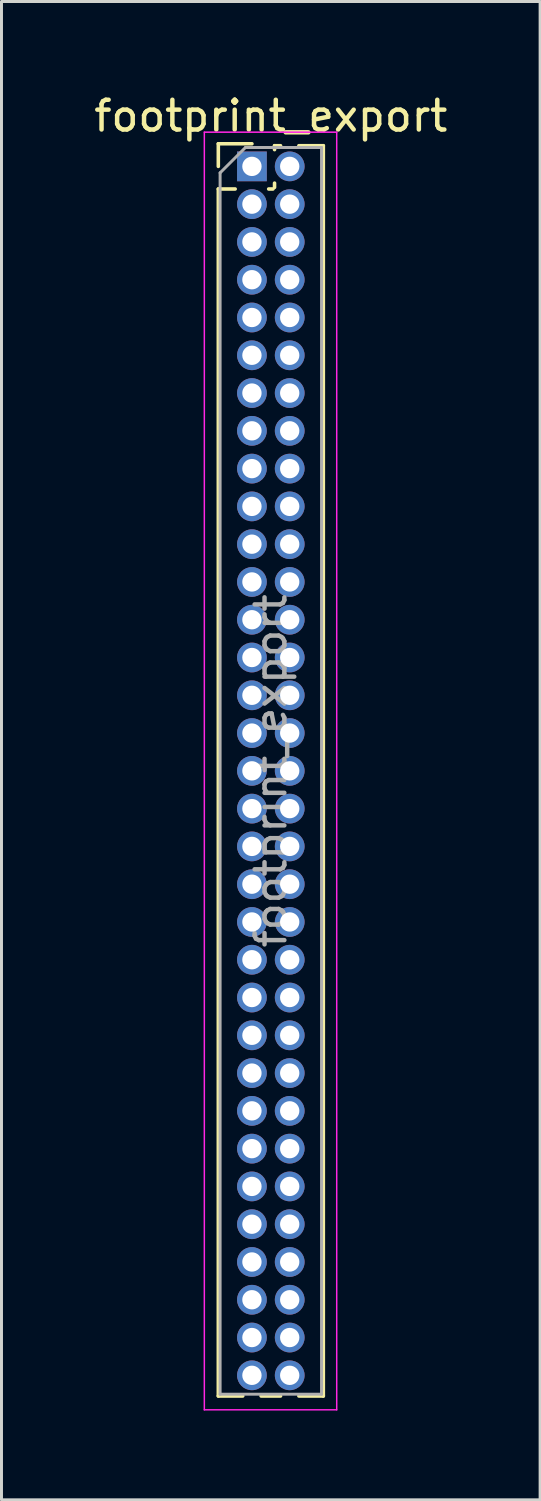
<source format=kicad_pcb>
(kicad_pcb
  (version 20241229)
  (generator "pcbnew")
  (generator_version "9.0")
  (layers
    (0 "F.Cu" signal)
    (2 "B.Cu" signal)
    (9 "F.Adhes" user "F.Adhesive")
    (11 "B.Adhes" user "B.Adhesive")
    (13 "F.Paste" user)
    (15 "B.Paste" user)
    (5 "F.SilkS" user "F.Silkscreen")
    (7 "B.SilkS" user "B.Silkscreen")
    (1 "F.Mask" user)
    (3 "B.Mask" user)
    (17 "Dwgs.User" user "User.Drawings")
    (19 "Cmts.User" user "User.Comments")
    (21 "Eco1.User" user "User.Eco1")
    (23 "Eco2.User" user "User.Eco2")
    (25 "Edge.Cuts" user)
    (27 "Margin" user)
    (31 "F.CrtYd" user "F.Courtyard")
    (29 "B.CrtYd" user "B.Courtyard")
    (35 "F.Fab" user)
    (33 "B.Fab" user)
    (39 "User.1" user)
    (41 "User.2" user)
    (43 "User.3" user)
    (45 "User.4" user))
  (footprint "footprint_export"
    (layer "F.Cu")
    (at 5.419 2.543)
    (property "Reference" "footprint_export" (at 0.635 -1.695 0) (layer "F.SilkS") (effects (font (size 1 1) (thickness 0.15))))
    (attr through_hole)
    (fp_line (start -1.13 -0.76) (end 0 -0.76) (stroke (width 0.12) (type solid)) (layer "F.SilkS"))
    (fp_line (start -1.13 0) (end -1.13 -0.76) (stroke (width 0.12) (type solid)) (layer "F.SilkS"))
    (fp_line (start -1.13 0.76) (end -1.13 41.335) (stroke (width 0.12) (type solid)) (layer "F.SilkS"))
    (fp_line (start -1.13 0.76) (end -0.563 0.76) (stroke (width 0.12) (type solid)) (layer "F.SilkS"))
    (fp_line (start -1.13 41.335) (end -0.308 41.335) (stroke (width 0.12) (type solid)) (layer "F.SilkS"))
    (fp_line (start 0.308 41.335) (end 0.962 41.335) (stroke (width 0.12) (type solid)) (layer "F.SilkS"))
    (fp_line (start 0.563 0.76) (end 0.707 0.76) (stroke (width 0.12) (type solid)) (layer "F.SilkS"))
    (fp_line (start 0.76 -0.695) (end 0.962 -0.695) (stroke (width 0.12) (type solid)) (layer "F.SilkS"))
    (fp_line (start 0.76 -0.563) (end 0.76 -0.695) (stroke (width 0.12) (type solid)) (layer "F.SilkS"))
    (fp_line (start 0.76 0.707) (end 0.76 0.563) (stroke (width 0.12) (type solid)) (layer "F.SilkS"))
    (fp_line (start 1.578 -0.695) (end 2.4 -0.695) (stroke (width 0.12) (type solid)) (layer "F.SilkS"))
    (fp_line (start 1.578 41.335) (end 2.4 41.335) (stroke (width 0.12) (type solid)) (layer "F.SilkS"))
    (fp_line (start 2.4 -0.695) (end 2.4 41.335) (stroke (width 0.12) (type solid)) (layer "F.SilkS"))
    (fp_line (start -1.6 -1.15) (end -1.6 41.8) (stroke (width 0.05) (type solid)) (layer "F.CrtYd"))
    (fp_line (start -1.6 41.8) (end 2.85 41.8) (stroke (width 0.05) (type solid)) (layer "F.CrtYd"))
    (fp_line (start 2.85 -1.15) (end -1.6 -1.15) (stroke (width 0.05) (type solid)) (layer "F.CrtYd"))
    (fp_line (start 2.85 41.8) (end 2.85 -1.15) (stroke (width 0.05) (type solid)) (layer "F.CrtYd"))
    (fp_line (start -1.07 0.217) (end -0.217 -0.635) (stroke (width 0.1) (type solid)) (layer "F.Fab"))
    (fp_line (start -1.07 41.275) (end -1.07 0.217) (stroke (width 0.1) (type solid)) (layer "F.Fab"))
    (fp_line (start -0.217 -0.635) (end 2.34 -0.635) (stroke (width 0.1) (type solid)) (layer "F.Fab"))
    (fp_line (start 2.34 -0.635) (end 2.34 41.275) (stroke (width 0.1) (type solid)) (layer "F.Fab"))
    (fp_line (start 2.34 41.275) (end -1.07 41.275) (stroke (width 0.1) (type solid)) (layer "F.Fab"))
    (fp_text user "${REFERENCE}" (at 0.635 20.32 90) (layer "F.Fab") (effects (font (size 1 1) (thickness 0.15))))
    (pad "1" thru_hole rect (at 0 0) (size 1 1) (drill 0.65) (layers "*.Cu" "*.Mask"))
    (pad "2" thru_hole oval (at 1.27 0) (size 1 1) (drill 0.65) (layers "*.Cu" "*.Mask"))
    (pad "3" thru_hole oval (at 0 1.27) (size 1 1) (drill 0.65) (layers "*.Cu" "*.Mask"))
    (pad "4" thru_hole oval (at 1.27 1.27) (size 1 1) (drill 0.65) (layers "*.Cu" "*.Mask"))
    (pad "5" thru_hole oval (at 0 2.54) (size 1 1) (drill 0.65) (layers "*.Cu" "*.Mask"))
    (pad "6" thru_hole oval (at 1.27 2.54) (size 1 1) (drill 0.65) (layers "*.Cu" "*.Mask"))
    (pad "7" thru_hole oval (at 0 3.81) (size 1 1) (drill 0.65) (layers "*.Cu" "*.Mask"))
    (pad "8" thru_hole oval (at 1.27 3.81) (size 1 1) (drill 0.65) (layers "*.Cu" "*.Mask"))
    (pad "9" thru_hole oval (at 0 5.08) (size 1 1) (drill 0.65) (layers "*.Cu" "*.Mask"))
    (pad "10" thru_hole oval (at 1.27 5.08) (size 1 1) (drill 0.65) (layers "*.Cu" "*.Mask"))
    (pad "11" thru_hole oval (at 0 6.35) (size 1 1) (drill 0.65) (layers "*.Cu" "*.Mask"))
    (pad "12" thru_hole oval (at 1.27 6.35) (size 1 1) (drill 0.65) (layers "*.Cu" "*.Mask"))
    (pad "13" thru_hole oval (at 0 7.62) (size 1 1) (drill 0.65) (layers "*.Cu" "*.Mask"))
    (pad "14" thru_hole oval (at 1.27 7.62) (size 1 1) (drill 0.65) (layers "*.Cu" "*.Mask"))
    (pad "15" thru_hole oval (at 0 8.89) (size 1 1) (drill 0.65) (layers "*.Cu" "*.Mask"))
    (pad "16" thru_hole oval (at 1.27 8.89) (size 1 1) (drill 0.65) (layers "*.Cu" "*.Mask"))
    (pad "17" thru_hole oval (at 0 10.16) (size 1 1) (drill 0.65) (layers "*.Cu" "*.Mask"))
    (pad "18" thru_hole oval (at 1.27 10.16) (size 1 1) (drill 0.65) (layers "*.Cu" "*.Mask"))
    (pad "19" thru_hole oval (at 0 11.43) (size 1 1) (drill 0.65) (layers "*.Cu" "*.Mask"))
    (pad "20" thru_hole oval (at 1.27 11.43) (size 1 1) (drill 0.65) (layers "*.Cu" "*.Mask"))
    (pad "21" thru_hole oval (at 0 12.7) (size 1 1) (drill 0.65) (layers "*.Cu" "*.Mask"))
    (pad "22" thru_hole oval (at 1.27 12.7) (size 1 1) (drill 0.65) (layers "*.Cu" "*.Mask"))
    (pad "23" thru_hole oval (at 0 13.97) (size 1 1) (drill 0.65) (layers "*.Cu" "*.Mask"))
    (pad "24" thru_hole oval (at 1.27 13.97) (size 1 1) (drill 0.65) (layers "*.Cu" "*.Mask"))
    (pad "25" thru_hole oval (at 0 15.24) (size 1 1) (drill 0.65) (layers "*.Cu" "*.Mask"))
    (pad "26" thru_hole oval (at 1.27 15.24) (size 1 1) (drill 0.65) (layers "*.Cu" "*.Mask"))
    (pad "27" thru_hole oval (at 0 16.51) (size 1 1) (drill 0.65) (layers "*.Cu" "*.Mask"))
    (pad "28" thru_hole oval (at 1.27 16.51) (size 1 1) (drill 0.65) (layers "*.Cu" "*.Mask"))
    (pad "29" thru_hole oval (at 0 17.78) (size 1 1) (drill 0.65) (layers "*.Cu" "*.Mask"))
    (pad "30" thru_hole oval (at 1.27 17.78) (size 1 1) (drill 0.65) (layers "*.Cu" "*.Mask"))
    (pad "31" thru_hole oval (at 0 19.05) (size 1 1) (drill 0.65) (layers "*.Cu" "*.Mask"))
    (pad "32" thru_hole oval (at 1.27 19.05) (size 1 1) (drill 0.65) (layers "*.Cu" "*.Mask"))
    (pad "33" thru_hole oval (at 0 20.32) (size 1 1) (drill 0.65) (layers "*.Cu" "*.Mask"))
    (pad "34" thru_hole oval (at 1.27 20.32) (size 1 1) (drill 0.65) (layers "*.Cu" "*.Mask"))
    (pad "35" thru_hole oval (at 0 21.59) (size 1 1) (drill 0.65) (layers "*.Cu" "*.Mask"))
    (pad "36" thru_hole oval (at 1.27 21.59) (size 1 1) (drill 0.65) (layers "*.Cu" "*.Mask"))
    (pad "37" thru_hole oval (at 0 22.86) (size 1 1) (drill 0.65) (layers "*.Cu" "*.Mask"))
    (pad "38" thru_hole oval (at 1.27 22.86) (size 1 1) (drill 0.65) (layers "*.Cu" "*.Mask"))
    (pad "39" thru_hole oval (at 0 24.13) (size 1 1) (drill 0.65) (layers "*.Cu" "*.Mask"))
    (pad "40" thru_hole oval (at 1.27 24.13) (size 1 1) (drill 0.65) (layers "*.Cu" "*.Mask"))
    (pad "41" thru_hole oval (at 0 25.4) (size 1 1) (drill 0.65) (layers "*.Cu" "*.Mask"))
    (pad "42" thru_hole oval (at 1.27 25.4) (size 1 1) (drill 0.65) (layers "*.Cu" "*.Mask"))
    (pad "43" thru_hole oval (at 0 26.67) (size 1 1) (drill 0.65) (layers "*.Cu" "*.Mask"))
    (pad "44" thru_hole oval (at 1.27 26.67) (size 1 1) (drill 0.65) (layers "*.Cu" "*.Mask"))
    (pad "45" thru_hole oval (at 0 27.94) (size 1 1) (drill 0.65) (layers "*.Cu" "*.Mask"))
    (pad "46" thru_hole oval (at 1.27 27.94) (size 1 1) (drill 0.65) (layers "*.Cu" "*.Mask"))
    (pad "47" thru_hole oval (at 0 29.21) (size 1 1) (drill 0.65) (layers "*.Cu" "*.Mask"))
    (pad "48" thru_hole oval (at 1.27 29.21) (size 1 1) (drill 0.65) (layers "*.Cu" "*.Mask"))
    (pad "49" thru_hole oval (at 0 30.48) (size 1 1) (drill 0.65) (layers "*.Cu" "*.Mask"))
    (pad "50" thru_hole oval (at 1.27 30.48) (size 1 1) (drill 0.65) (layers "*.Cu" "*.Mask"))
    (pad "51" thru_hole oval (at 0 31.75) (size 1 1) (drill 0.65) (layers "*.Cu" "*.Mask"))
    (pad "52" thru_hole oval (at 1.27 31.75) (size 1 1) (drill 0.65) (layers "*.Cu" "*.Mask"))
    (pad "53" thru_hole oval (at 0 33.02) (size 1 1) (drill 0.65) (layers "*.Cu" "*.Mask"))
    (pad "54" thru_hole oval (at 1.27 33.02) (size 1 1) (drill 0.65) (layers "*.Cu" "*.Mask"))
    (pad "55" thru_hole oval (at 0 34.29) (size 1 1) (drill 0.65) (layers "*.Cu" "*.Mask"))
    (pad "56" thru_hole oval (at 1.27 34.29) (size 1 1) (drill 0.65) (layers "*.Cu" "*.Mask"))
    (pad "57" thru_hole oval (at 0 35.56) (size 1 1) (drill 0.65) (layers "*.Cu" "*.Mask"))
    (pad "58" thru_hole oval (at 1.27 35.56) (size 1 1) (drill 0.65) (layers "*.Cu" "*.Mask"))
    (pad "59" thru_hole oval (at 0 36.83) (size 1 1) (drill 0.65) (layers "*.Cu" "*.Mask"))
    (pad "60" thru_hole oval (at 1.27 36.83) (size 1 1) (drill 0.65) (layers "*.Cu" "*.Mask"))
    (pad "61" thru_hole oval (at 0 38.1) (size 1 1) (drill 0.65) (layers "*.Cu" "*.Mask"))
    (pad "62" thru_hole oval (at 1.27 38.1) (size 1 1) (drill 0.65) (layers "*.Cu" "*.Mask"))
    (pad "63" thru_hole oval (at 0 39.37) (size 1 1) (drill 0.65) (layers "*.Cu" "*.Mask"))
    (pad "64" thru_hole oval (at 1.27 39.37) (size 1 1) (drill 0.65) (layers "*.Cu" "*.Mask"))
    (pad "65" thru_hole oval (at 0 40.64) (size 1 1) (drill 0.65) (layers "*.Cu" "*.Mask"))
    (pad "66" thru_hole oval (at 1.27 40.64) (size 1 1) (drill 0.65) (layers "*.Cu" "*.Mask")))
  (gr_rect
    (start -3 -3)
    (end 15.107 47.368)
    (stroke (width 0.1) (type default))
    (fill no)
    (layer "Edge.Cuts")))
</source>
